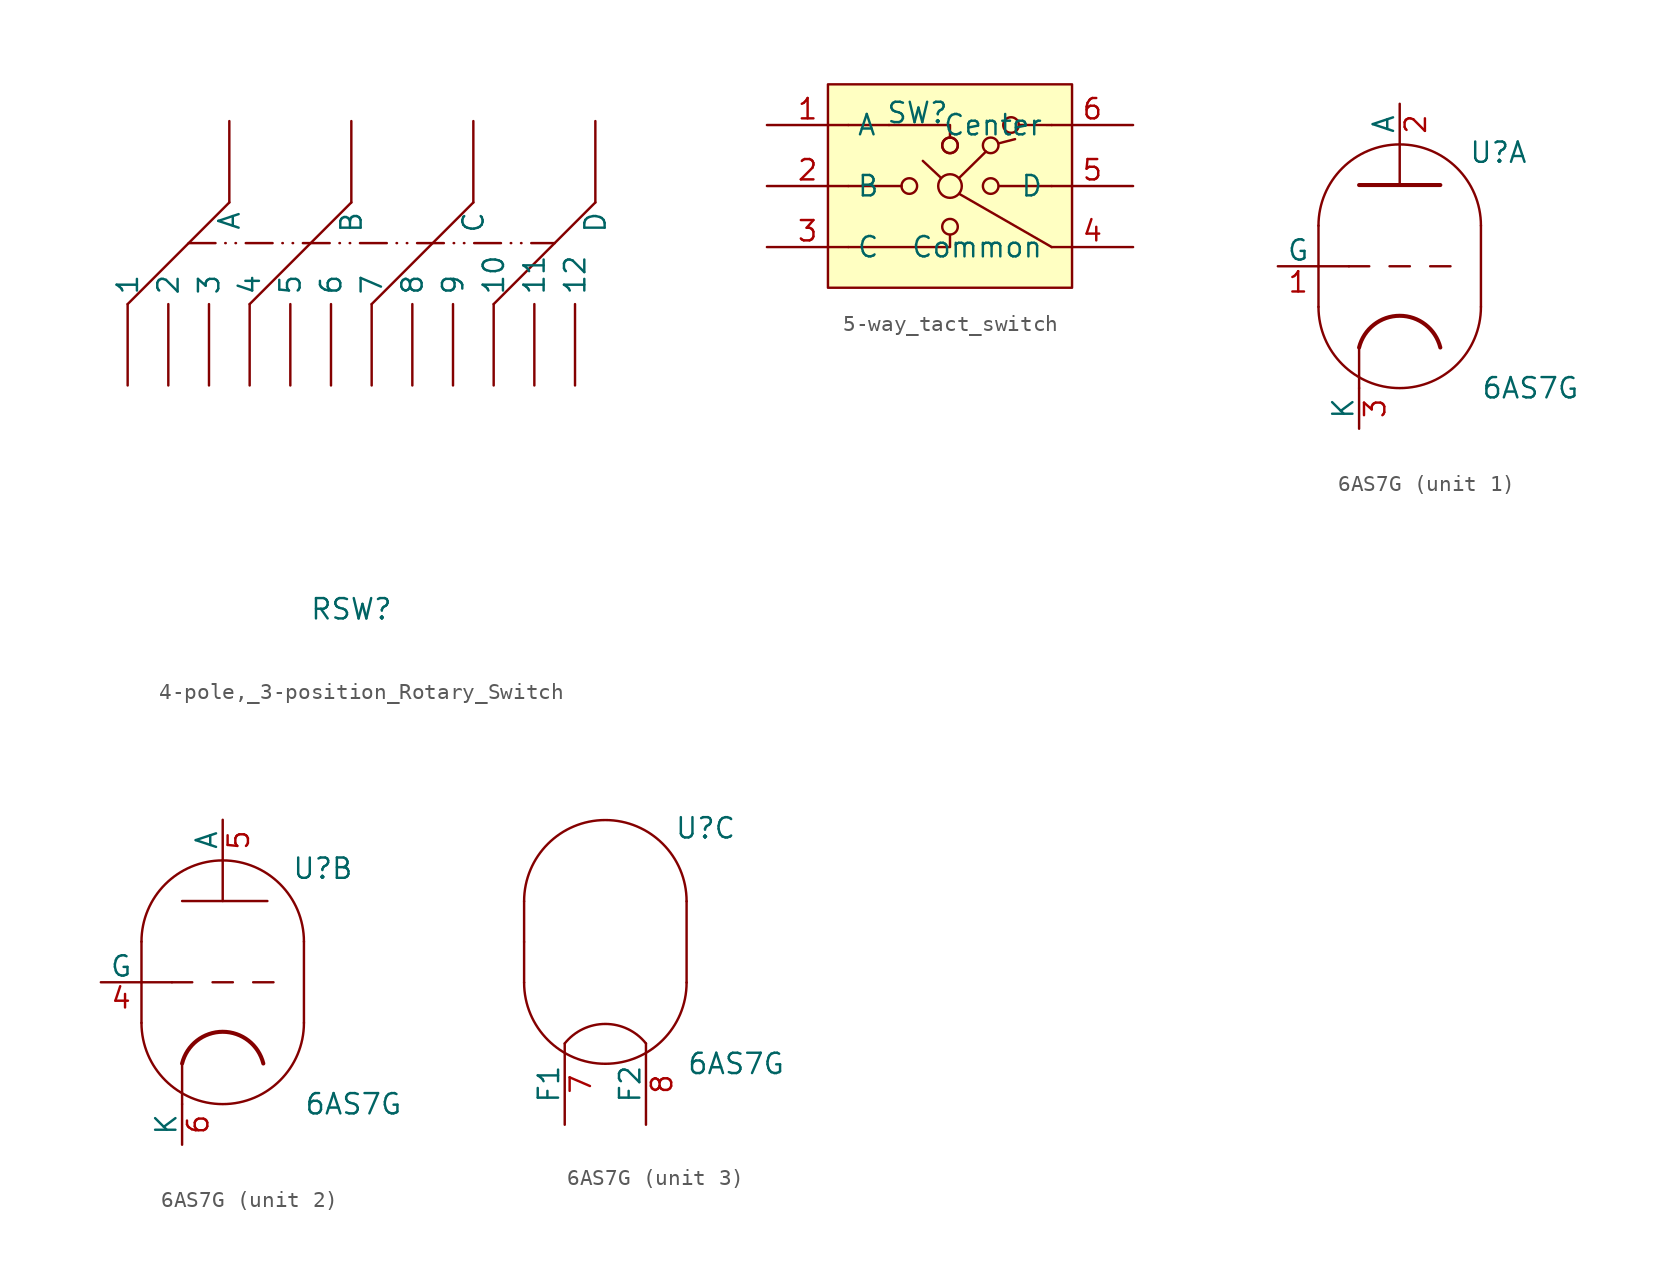
<source format=kicad_sym>
(kicad_symbol_lib
  (version 20241209)
  (generator "kicad_symbol_editor")
  (generator_version "9.0")
  (symbol "4-pole,_3-position_Rotary_Switch"
    (property "Reference" "RSW"
      (at 0 0 0)
      (effects (font (size 1.27 1.27))))
    (property "Value" ""
      (at 0 0 0)
      (effects (font (size 1.27 1.27))))
    (symbol "4-pole,_3-position_Rotary_Switch_1_1"
      (polyline (pts (xy -10.16 22.86) (xy 12.7 22.86)) (stroke (width 0) (type dash_dot_dot)) (fill (type none)))
      (polyline (pts (xy -7.62 25.4) (xy -13.97 19.05)) (stroke (width 0) (type default)) (fill (type none)))
      (polyline (pts (xy 0 25.4) (xy -6.35 19.05)) (stroke (width 0) (type default)) (fill (type none)))
      (polyline (pts (xy 7.62 25.4) (xy 1.27 19.05)) (stroke (width 0) (type default)) (fill (type none)))
      (polyline (pts (xy 15.24 25.4) (xy 8.89 19.05)) (stroke (width 0) (type default)) (fill (type none)))
      (pin bidirectional line (at -13.97 13.97 90) (length 5.08) (name "1" (effects (font (size 1.27 1.27)))) (number "" (effects (font (size 1.27 1.27)))))
      (pin bidirectional line (at -11.43 13.97 90) (length 5.08) (name "2" (effects (font (size 1.27 1.27)))) (number "" (effects (font (size 1.27 1.27)))))
      (pin bidirectional line (at -8.89 13.97 90) (length 5.08) (name "3" (effects (font (size 1.27 1.27)))) (number "" (effects (font (size 1.27 1.27)))))
      (pin input line (at -7.62 30.48 270) (length 5.08) (name "A" (effects (font (size 1.27 1.27)))) (number "" (effects (font (size 1.27 1.27)))))
      (pin bidirectional line (at -6.35 13.97 90) (length 5.08) (name "4" (effects (font (size 1.27 1.27)))) (number "" (effects (font (size 1.27 1.27)))))
      (pin bidirectional line (at -3.81 13.97 90) (length 5.08) (name "5" (effects (font (size 1.27 1.27)))) (number "" (effects (font (size 1.27 1.27)))))
      (pin bidirectional line (at -1.27 13.97 90) (length 5.08) (name "6" (effects (font (size 1.27 1.27)))) (number "" (effects (font (size 1.27 1.27)))))
      (pin input line (at 0 30.48 270) (length 5.08) (name "B" (effects (font (size 1.27 1.27)))) (number "" (effects (font (size 1.27 1.27)))))
      (pin bidirectional line (at 1.27 13.97 90) (length 5.08) (name "7" (effects (font (size 1.27 1.27)))) (number "" (effects (font (size 1.27 1.27)))))
      (pin bidirectional line (at 3.81 13.97 90) (length 5.08) (name "8" (effects (font (size 1.27 1.27)))) (number "" (effects (font (size 1.27 1.27)))))
      (pin bidirectional line (at 6.35 13.97 90) (length 5.08) (name "9" (effects (font (size 1.27 1.27)))) (number "" (effects (font (size 1.27 1.27)))))
      (pin input line (at 7.62 30.48 270) (length 5.08) (name "C" (effects (font (size 1.27 1.27)))) (number "" (effects (font (size 1.27 1.27)))))
      (pin bidirectional line (at 8.89 13.97 90) (length 5.08) (name "10" (effects (font (size 1.27 1.27)))) (number "" (effects (font (size 1.27 1.27)))))
      (pin bidirectional line (at 11.43 13.97 90) (length 5.08) (name "11" (effects (font (size 1.27 1.27)))) (number "" (effects (font (size 1.27 1.27)))))
      (pin bidirectional line (at 13.97 13.97 90) (length 5.08) (name "12" (effects (font (size 1.27 1.27)))) (number "" (effects (font (size 1.27 1.27)))))
      (pin input line (at 15.24 30.48 270) (length 5.08) (name "D" (effects (font (size 1.27 1.27)))) (number "" (effects (font (size 1.27 1.27)))))))
  (symbol "5-way_tact_switch"
    (property "Reference" "SW"
      (at -2.032 4.572 0)
      (effects (font (size 1.27 1.27))))
    (property "Value" ""
      (at 0 0 0)
      (effects (font (size 1.27 1.27))))
    (symbol "5-way_tact_switch_0_1"
      (polyline (pts (xy -3.81 3.81) (xy -3.81 3.81)) (stroke (width 0) (type default)) (fill (type none)))
      (circle (center -2.54 0) (radius 0.487) (stroke (width 0) (type default)) (fill (type none)))
      (circle (center 0 2.54) (radius 0.487) (stroke (width 0) (type default)) (fill (type none)))
      (circle (center 0 2.54) (radius 0.487) (stroke (width 0) (type default)) (fill (type none)))
      (circle (center 0 0) (radius 0.737) (stroke (width 0) (type default)) (fill (type none)))
      (circle (center 0 -2.54) (radius 0.487) (stroke (width 0) (type default)) (fill (type none)))
      (circle (center 2.54 2.54) (radius 0.487) (stroke (width 0) (type default)) (fill (type none)))
      (circle (center 2.54 0) (radius 0.487) (stroke (width 0) (type default)) (fill (type none)))
      (circle (center 3.81 3.81) (radius 0.487) (stroke (width 0) (type default)) (fill (type none)))
      (polyline (pts (xy 6.35 -3.81) (xy 0.572 -0.486)) (stroke (width 0) (type default)) (fill (type none)))
      (polyline (pts (xy 7.62 3.81) (xy 7.62 3.81)) (stroke (width 0) (type default)) (fill (type none))))
    (symbol "5-way_tact_switch_1_1"
      (rectangle (start -7.62 6.35) (end 7.62 -6.35) (stroke (width 0) (type default)) (fill (type background)))
      (polyline (pts (xy -6.35 3.81) (xy 0 3.81) (xy -0.003 3.039)) (stroke (width 0) (type default)) (fill (type none)))
      (polyline (pts (xy -6.35 0) (xy -3.022 0)) (stroke (width 0) (type default)) (fill (type none)))
      (polyline (pts (xy -6.35 -3.81) (xy 0 -3.81) (xy -0.0004 -3.056)) (stroke (width 0) (type default)) (fill (type none)))
      (polyline (pts (xy -0.567 0.516) (xy -1.697 1.571)) (stroke (width 0) (type default)) (fill (type none)))
      (polyline (pts (xy 2.245 2.153) (xy 0.585 0.522)) (stroke (width 0) (type default)) (fill (type none)))
      (polyline (pts (xy 3.028 2.663) (xy 4.061 2.928)) (stroke (width 0) (type default)) (fill (type none)))
      (polyline (pts (xy 6.35 3.81) (xy 4.292 3.813)) (stroke (width 0) (type default)) (fill (type none)))
      (polyline (pts (xy 6.35 0) (xy 3.057 0.001)) (stroke (width 0) (type default)) (fill (type none)))
      (pin passive line (at -11.43 3.81 0) (length 5.08) (name "A" (effects (font (size 1.27 1.27)))) (number "1" (effects (font (size 1.27 1.27)))))
      (pin passive line (at -11.43 0 0) (length 5.08) (name "B" (effects (font (size 1.27 1.27)))) (number "2" (effects (font (size 1.27 1.27)))))
      (pin passive line (at -11.43 -3.81 0) (length 5.08) (name "C" (effects (font (size 1.27 1.27)))) (number "3" (effects (font (size 1.27 1.27)))))
      (pin passive line (at 11.43 3.81 180) (length 5.08) (name "Center" (effects (font (size 1.27 1.27)))) (number "6" (effects (font (size 1.27 1.27)))))
      (pin passive line (at 11.43 0 180) (length 5.08) (name "D" (effects (font (size 1.27 1.27)))) (number "5" (effects (font (size 1.27 1.27)))))
      (pin passive line (at 11.43 -3.81 180) (length 5.08) (name "Common" (effects (font (size 1.27 1.27)))) (number "4" (effects (font (size 1.27 1.27)))))))
  (symbol "6AS7G"
    (pin_names
      (offset 0))
    (property "Reference" "U"
      (at 4.318 7.112 0)
      (effects (font (size 1.27 1.27)) (justify left)))
    (property "Value" "6AS7G"
      (at 5.08 -7.62 0)
      (effects (font (size 1.27 1.27)) (justify left)))
    (property "ki_locked" ""
      (at 0 0 0)
      (effects (font (size 1.27 1.27))))
    (symbol "6AS7G_0_1"
      (polyline (pts (xy -5.08 2.54) (xy -5.08 0)) (stroke (width 0) (type default)) (fill (type none)))
      (polyline (pts (xy -5.08 0) (xy -5.08 -2.54)) (stroke (width 0) (type default)) (fill (type none)))
      (arc (start -5.08 2.54) (mid 0 7.5979) (end 5.08 2.54) (stroke (width 0) (type default)) (fill (type none)))
      (arc (start 5.08 -2.54) (mid 0 -7.5979) (end -5.08 -2.54) (stroke (width 0) (type default)) (fill (type none)))
      (polyline (pts (xy 5.08 2.54) (xy 5.08 -2.54)) (stroke (width 0) (type default)) (fill (type none))))
    (symbol "6AS7G_1_0"
      (polyline (pts (xy -2.54 -5.08) (xy -2.54 -7.62)) (stroke (width 0) (type default)) (fill (type none)))
      (polyline (pts (xy 0 5.08) (xy 0 7.62)) (stroke (width 0) (type default)) (fill (type none))))
    (symbol "6AS7G_1_1"
      (polyline (pts (xy -5.08 0) (xy -3.175 0)) (stroke (width 0) (type default)) (fill (type none)))
      (polyline (pts (xy -2.54 5.08) (xy 2.54 5.08) (xy 2.54 5.08)) (stroke (width 0.254) (type default)) (fill (type none)))
      (polyline (pts (xy -1.905 0) (xy -3.175 0)) (stroke (width 0.152) (type default)) (fill (type none)))
      (polyline (pts (xy -0.635 0) (xy 0.635 0)) (stroke (width 0.152) (type default)) (fill (type none)))
      (arc (start -2.54 -5.08) (mid 0 -3.0968) (end 2.54 -5.08) (stroke (width 0.254) (type default)) (fill (type none)))
      (polyline (pts (xy 1.905 0) (xy 3.175 0)) (stroke (width 0.152) (type default)) (fill (type none)))
      (pin input line (at -7.62 0 0) (length 2.54) (name "G" (effects (font (size 1.27 1.27)))) (number "1" (effects (font (size 1.27 1.27)))))
      (pin bidirectional line (at -2.54 -10.16 90) (length 2.54) (name "K" (effects (font (size 1.27 1.27)))) (number "3" (effects (font (size 1.27 1.27)))))
      (pin output line (at 0 10.16 270) (length 2.54) (name "A" (effects (font (size 1.27 1.27)))) (number "2" (effects (font (size 1.27 1.27))))))
    (symbol "6AS7G_2_0"
      (polyline (pts (xy -5.08 0) (xy -3.175 0)) (stroke (width 0) (type default)) (fill (type none)))
      (polyline (pts (xy -2.54 -5.08) (xy -2.54 -7.62)) (stroke (width 0) (type default)) (fill (type none)))
      (polyline (pts (xy -1.905 0) (xy -3.175 0)) (stroke (width 0.152) (type default)) (fill (type none)))
      (polyline (pts (xy -0.635 0) (xy 0.635 0)) (stroke (width 0.152) (type default)) (fill (type none)))
      (polyline (pts (xy 0 5.08) (xy 0 7.62)) (stroke (width 0) (type default)) (fill (type none)))
      (polyline (pts (xy 1.905 0) (xy 3.175 0)) (stroke (width 0.152) (type default)) (fill (type none)))
      (polyline (pts (xy 2.794 5.08) (xy -2.54 5.08) (xy -2.54 5.08)) (stroke (width 0.152) (type default)) (fill (type none))))
    (symbol "6AS7G_2_1"
      (arc (start -2.54 -5.08) (mid 0 -3.0968) (end 2.54 -5.08) (stroke (width 0.254) (type default)) (fill (type none)))
      (pin input line (at -7.62 0 0) (length 2.54) (name "G" (effects (font (size 1.27 1.27)))) (number "4" (effects (font (size 1.27 1.27)))))
      (pin bidirectional line (at -2.54 -10.16 90) (length 2.54) (name "K" (effects (font (size 1.27 1.27)))) (number "6" (effects (font (size 1.27 1.27)))))
      (pin output line (at 0 10.16 270) (length 2.54) (name "A" (effects (font (size 1.27 1.27)))) (number "5" (effects (font (size 1.27 1.27))))))
    (symbol "6AS7G_3_1"
      (arc (start -2.54 -6.35) (mid 0 -5.1292) (end 2.54 -6.35) (stroke (width 0) (type default)) (fill (type none)))
      (pin power_in line (at -2.54 -11.43 90) (length 5.08) (name "F1" (effects (font (size 1.27 1.27)))) (number "7" (effects (font (size 1.27 1.27)))))
      (pin power_in line (at 2.54 -11.43 90) (length 5.08) (name "F2" (effects (font (size 1.27 1.27)))) (number "8" (effects (font (size 1.27 1.27))))))))
</source>
